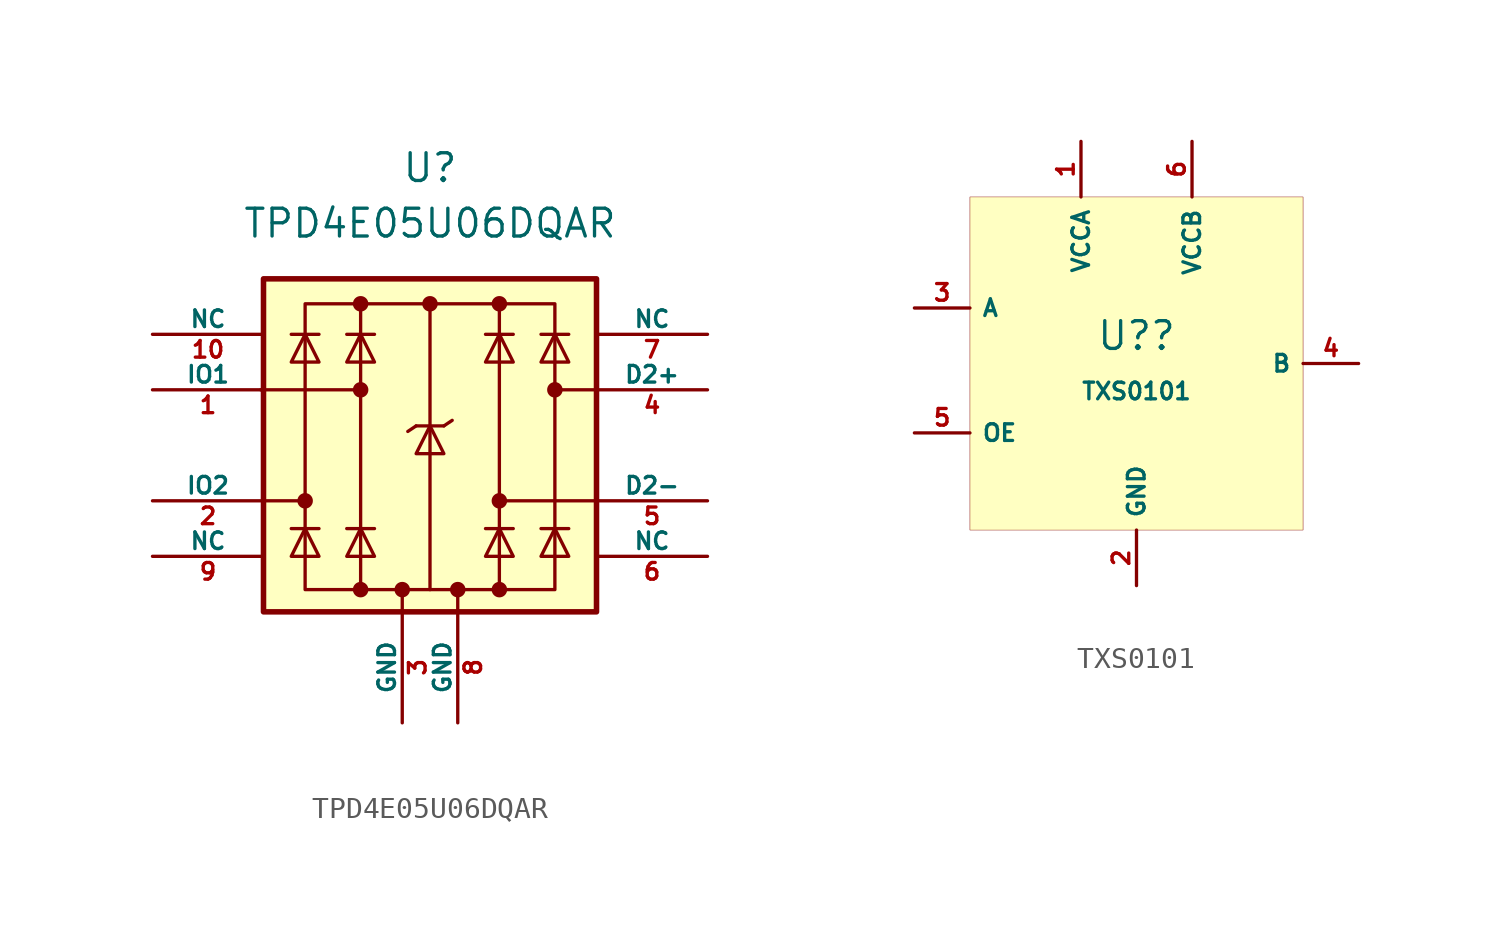
<source format=kicad_sym>
(kicad_symbol_lib
  (version 20211014)
  (generator kicad_symbol_editor)
  (symbol "acheron_Symbols:TPD4E05U06DQAR"
    (pin_names
      (offset 0))
    (property "Reference" "U"
      (at 0 12.7 0)
      (effects (font (size 1.27 1.27))))
    (property "Value" "TPD4E05U06DQAR"
      (at 0 10.16 0)
      (effects (font (size 1.27 1.27))))
    (symbol "TPD4E05U06DQAR_0_0"
      (rectangle (start -5.715 6.477) (end 5.715 -6.604) (stroke (width 0) (type default) (color 0 0 0 0)) (fill (type none)))
      (polyline (pts (xy -3.175 -6.604) (xy -3.175 6.477)) (stroke (width 0) (type default) (color 0 0 0 0)) (fill (type none)))
      (polyline (pts (xy 0 6.477) (xy 0 -6.604)) (stroke (width 0) (type default) (color 0 0 0 0)) (fill (type none)))
      (polyline (pts (xy 3.175 6.477) (xy 3.175 -6.604)) (stroke (width 0) (type default) (color 0 0 0 0)) (fill (type none))))
    (symbol "TPD4E05U06DQAR_0_1"
      (rectangle (start -7.62 7.62) (end 7.62 -7.62) (stroke (width 0.254) (type default) (color 0 0 0 0)) (fill (type background)))
      (circle (center -5.715 -2.54) (radius 0.279) (stroke (width 0) (type default) (color 0 0 0 0)) (fill (type outline)))
      (circle (center -3.175 -6.604) (radius 0.279) (stroke (width 0) (type default) (color 0 0 0 0)) (fill (type outline)))
      (circle (center -3.175 2.54) (radius 0.279) (stroke (width 0) (type default) (color 0 0 0 0)) (fill (type outline)))
      (circle (center -3.175 6.477) (radius 0.279) (stroke (width 0) (type default) (color 0 0 0 0)) (fill (type outline)))
      (circle (center -1.27 -6.604) (radius 0.279) (stroke (width 0) (type default) (color 0 0 0 0)) (fill (type outline)))
      (polyline (pts (xy -7.747 2.54) (xy -3.175 2.54)) (stroke (width 0) (type default) (color 0 0 0 0)) (fill (type none)))
      (polyline (pts (xy -7.62 -2.54) (xy -5.715 -2.54)) (stroke (width 0) (type default) (color 0 0 0 0)) (fill (type none)))
      (polyline (pts (xy -5.08 -3.81) (xy -6.35 -3.81)) (stroke (width 0) (type default) (color 0 0 0 0)) (fill (type none)))
      (polyline (pts (xy -5.08 5.08) (xy -6.35 5.08)) (stroke (width 0) (type default) (color 0 0 0 0)) (fill (type none)))
      (polyline (pts (xy -2.54 -3.81) (xy -3.81 -3.81)) (stroke (width 0) (type default) (color 0 0 0 0)) (fill (type none)))
      (polyline (pts (xy -2.54 5.08) (xy -3.81 5.08)) (stroke (width 0) (type default) (color 0 0 0 0)) (fill (type none)))
      (polyline (pts (xy -1.27 -6.604) (xy -1.27 -7.62)) (stroke (width 0) (type default) (color 0 0 0 0)) (fill (type none)))
      (polyline (pts (xy -0.635 0.889) (xy -1.016 0.635)) (stroke (width 0) (type default) (color 0 0 0 0)) (fill (type none)))
      (polyline (pts (xy 0.635 0.889) (xy -0.635 0.889)) (stroke (width 0) (type default) (color 0 0 0 0)) (fill (type none)))
      (polyline (pts (xy 0.635 0.889) (xy 1.016 1.143)) (stroke (width 0) (type default) (color 0 0 0 0)) (fill (type none)))
      (polyline (pts (xy 3.81 -3.81) (xy 2.54 -3.81)) (stroke (width 0) (type default) (color 0 0 0 0)) (fill (type none)))
      (polyline (pts (xy 3.81 5.08) (xy 2.54 5.08)) (stroke (width 0) (type default) (color 0 0 0 0)) (fill (type none)))
      (polyline (pts (xy 6.35 -3.81) (xy 5.08 -3.81)) (stroke (width 0) (type default) (color 0 0 0 0)) (fill (type none)))
      (polyline (pts (xy 6.35 5.08) (xy 5.08 5.08)) (stroke (width 0) (type default) (color 0 0 0 0)) (fill (type none)))
      (polyline (pts (xy 7.62 -2.54) (xy 3.175 -2.54)) (stroke (width 0) (type default) (color 0 0 0 0)) (fill (type none)))
      (polyline (pts (xy 7.62 2.54) (xy 5.715 2.54)) (stroke (width 0) (type default) (color 0 0 0 0)) (fill (type none)))
      (polyline (pts (xy -5.08 -5.08) (xy -6.35 -5.08) (xy -5.715 -3.81) (xy -5.08 -5.08)) (stroke (width 0) (type default) (color 0 0 0 0)) (fill (type none)))
      (polyline (pts (xy -5.08 3.81) (xy -6.35 3.81) (xy -5.715 5.08) (xy -5.08 3.81)) (stroke (width 0) (type default) (color 0 0 0 0)) (fill (type none)))
      (polyline (pts (xy -2.54 -5.08) (xy -3.81 -5.08) (xy -3.175 -3.81) (xy -2.54 -5.08)) (stroke (width 0) (type default) (color 0 0 0 0)) (fill (type none)))
      (polyline (pts (xy -2.54 3.81) (xy -3.81 3.81) (xy -3.175 5.08) (xy -2.54 3.81)) (stroke (width 0) (type default) (color 0 0 0 0)) (fill (type none)))
      (polyline (pts (xy 0.635 -0.381) (xy -0.635 -0.381) (xy 0 0.889) (xy 0.635 -0.381)) (stroke (width 0) (type default) (color 0 0 0 0)) (fill (type none)))
      (polyline (pts (xy 3.81 -5.08) (xy 2.54 -5.08) (xy 3.175 -3.81) (xy 3.81 -5.08)) (stroke (width 0) (type default) (color 0 0 0 0)) (fill (type none)))
      (polyline (pts (xy 3.81 3.81) (xy 2.54 3.81) (xy 3.175 5.08) (xy 3.81 3.81)) (stroke (width 0) (type default) (color 0 0 0 0)) (fill (type none)))
      (polyline (pts (xy 6.35 -5.08) (xy 5.08 -5.08) (xy 5.715 -3.81) (xy 6.35 -5.08)) (stroke (width 0) (type default) (color 0 0 0 0)) (fill (type none)))
      (polyline (pts (xy 6.35 3.81) (xy 5.08 3.81) (xy 5.715 5.08) (xy 6.35 3.81)) (stroke (width 0) (type default) (color 0 0 0 0)) (fill (type none)))
      (circle (center 0 6.477) (radius 0.279) (stroke (width 0) (type default) (color 0 0 0 0)) (fill (type outline)))
      (circle (center 3.175 -6.604) (radius 0.279) (stroke (width 0) (type default) (color 0 0 0 0)) (fill (type outline)))
      (circle (center 3.175 -2.54) (radius 0.279) (stroke (width 0) (type default) (color 0 0 0 0)) (fill (type outline)))
      (circle (center 3.175 6.477) (radius 0.279) (stroke (width 0) (type default) (color 0 0 0 0)) (fill (type outline)))
      (circle (center 5.715 2.54) (radius 0.279) (stroke (width 0) (type default) (color 0 0 0 0)) (fill (type outline))))
    (symbol "TPD4E05U06DQAR_1_1"
      (polyline (pts (xy 1.27 -6.604) (xy 1.27 -7.62)) (stroke (width 0) (type default) (color 0 0 0 0)) (fill (type none)))
      (circle (center 1.27 -6.604) (radius 0.279) (stroke (width 0) (type default) (color 0 0 0 0)) (fill (type outline)))
      (pin bidirectional line (at -12.7 2.54 0) (length 5.08) (name "IO1" (effects (font (size 0.762 0.762)))) (number "1" (effects (font (size 0.762 0.762)))))
      (pin bidirectional line (at -12.7 5.08 0) (length 5.08) (name "NC" (effects (font (size 0.762 0.762)))) (number "10" (effects (font (size 0.762 0.762)))))
      (pin bidirectional line (at -12.7 -2.54 0) (length 5.08) (name "IO2" (effects (font (size 0.762 0.762)))) (number "2" (effects (font (size 0.762 0.762)))))
      (pin power_in line (at -1.27 -12.7 90) (length 5.08) (name "GND" (effects (font (size 0.762 0.762)))) (number "3" (effects (font (size 0.762 0.762)))))
      (pin bidirectional line (at 12.7 2.54 180) (length 5.08) (name "D2+" (effects (font (size 0.762 0.762)))) (number "4" (effects (font (size 0.762 0.762)))))
      (pin bidirectional line (at 12.7 -2.54 180) (length 5.08) (name "D2-" (effects (font (size 0.762 0.762)))) (number "5" (effects (font (size 0.762 0.762)))))
      (pin bidirectional line (at 12.7 -5.08 180) (length 5.08) (name "NC" (effects (font (size 0.762 0.762)))) (number "6" (effects (font (size 0.762 0.762)))))
      (pin bidirectional line (at 12.7 5.08 180) (length 5.08) (name "NC" (effects (font (size 0.762 0.762)))) (number "7" (effects (font (size 0.762 0.762)))))
      (pin power_in line (at 1.27 -12.7 90) (length 5.08) (name "GND" (effects (font (size 0.762 0.762)))) (number "8" (effects (font (size 0.762 0.762)))))
      (pin bidirectional line (at -12.7 -5.08 0) (length 5.08) (name "NC" (effects (font (size 0.762 0.762)))) (number "9" (effects (font (size 0.762 0.762)))))))
  (symbol "acheron_Symbols:TXS0101"
    (property "Reference" "U?"
      (at 0 1.27 0)
      (effects (font (size 1.27 1.27))))
    (property "Value" "TXS0101"
      (at 0 -1.27 0)
      (effects (font (size 0.762 0.762))))
    (symbol "TXS0101_0_1"
      (rectangle (start -7.62 7.62) (end 7.62 -7.62) (stroke (width 0.001) (type default) (color 0 0 0 0)) (fill (type background))))
    (symbol "TXS0101_1_1"
      (pin power_in line (at -2.54 10.16 270) (length 2.54) (name "VCCA" (effects (font (size 0.762 0.762)))) (number "1" (effects (font (size 0.762 0.762)))))
      (pin power_in line (at 0 -10.16 90) (length 2.54) (name "GND" (effects (font (size 0.762 0.762)))) (number "2" (effects (font (size 0.762 0.762)))))
      (pin input line (at -10.16 2.54 0) (length 2.54) (name "A" (effects (font (size 0.762 0.762)))) (number "3" (effects (font (size 0.762 0.762)))))
      (pin input line (at 10.16 0 180) (length 2.54) (name "B" (effects (font (size 0.762 0.762)))) (number "4" (effects (font (size 0.762 0.762)))))
      (pin input line (at -10.16 -3.175 0) (length 2.54) (name "OE" (effects (font (size 0.762 0.762)))) (number "5" (effects (font (size 0.762 0.762)))))
      (pin power_in line (at 2.54 10.16 270) (length 2.54) (name "VCCB" (effects (font (size 0.762 0.762)))) (number "6" (effects (font (size 0.762 0.762))))))))
</source>
